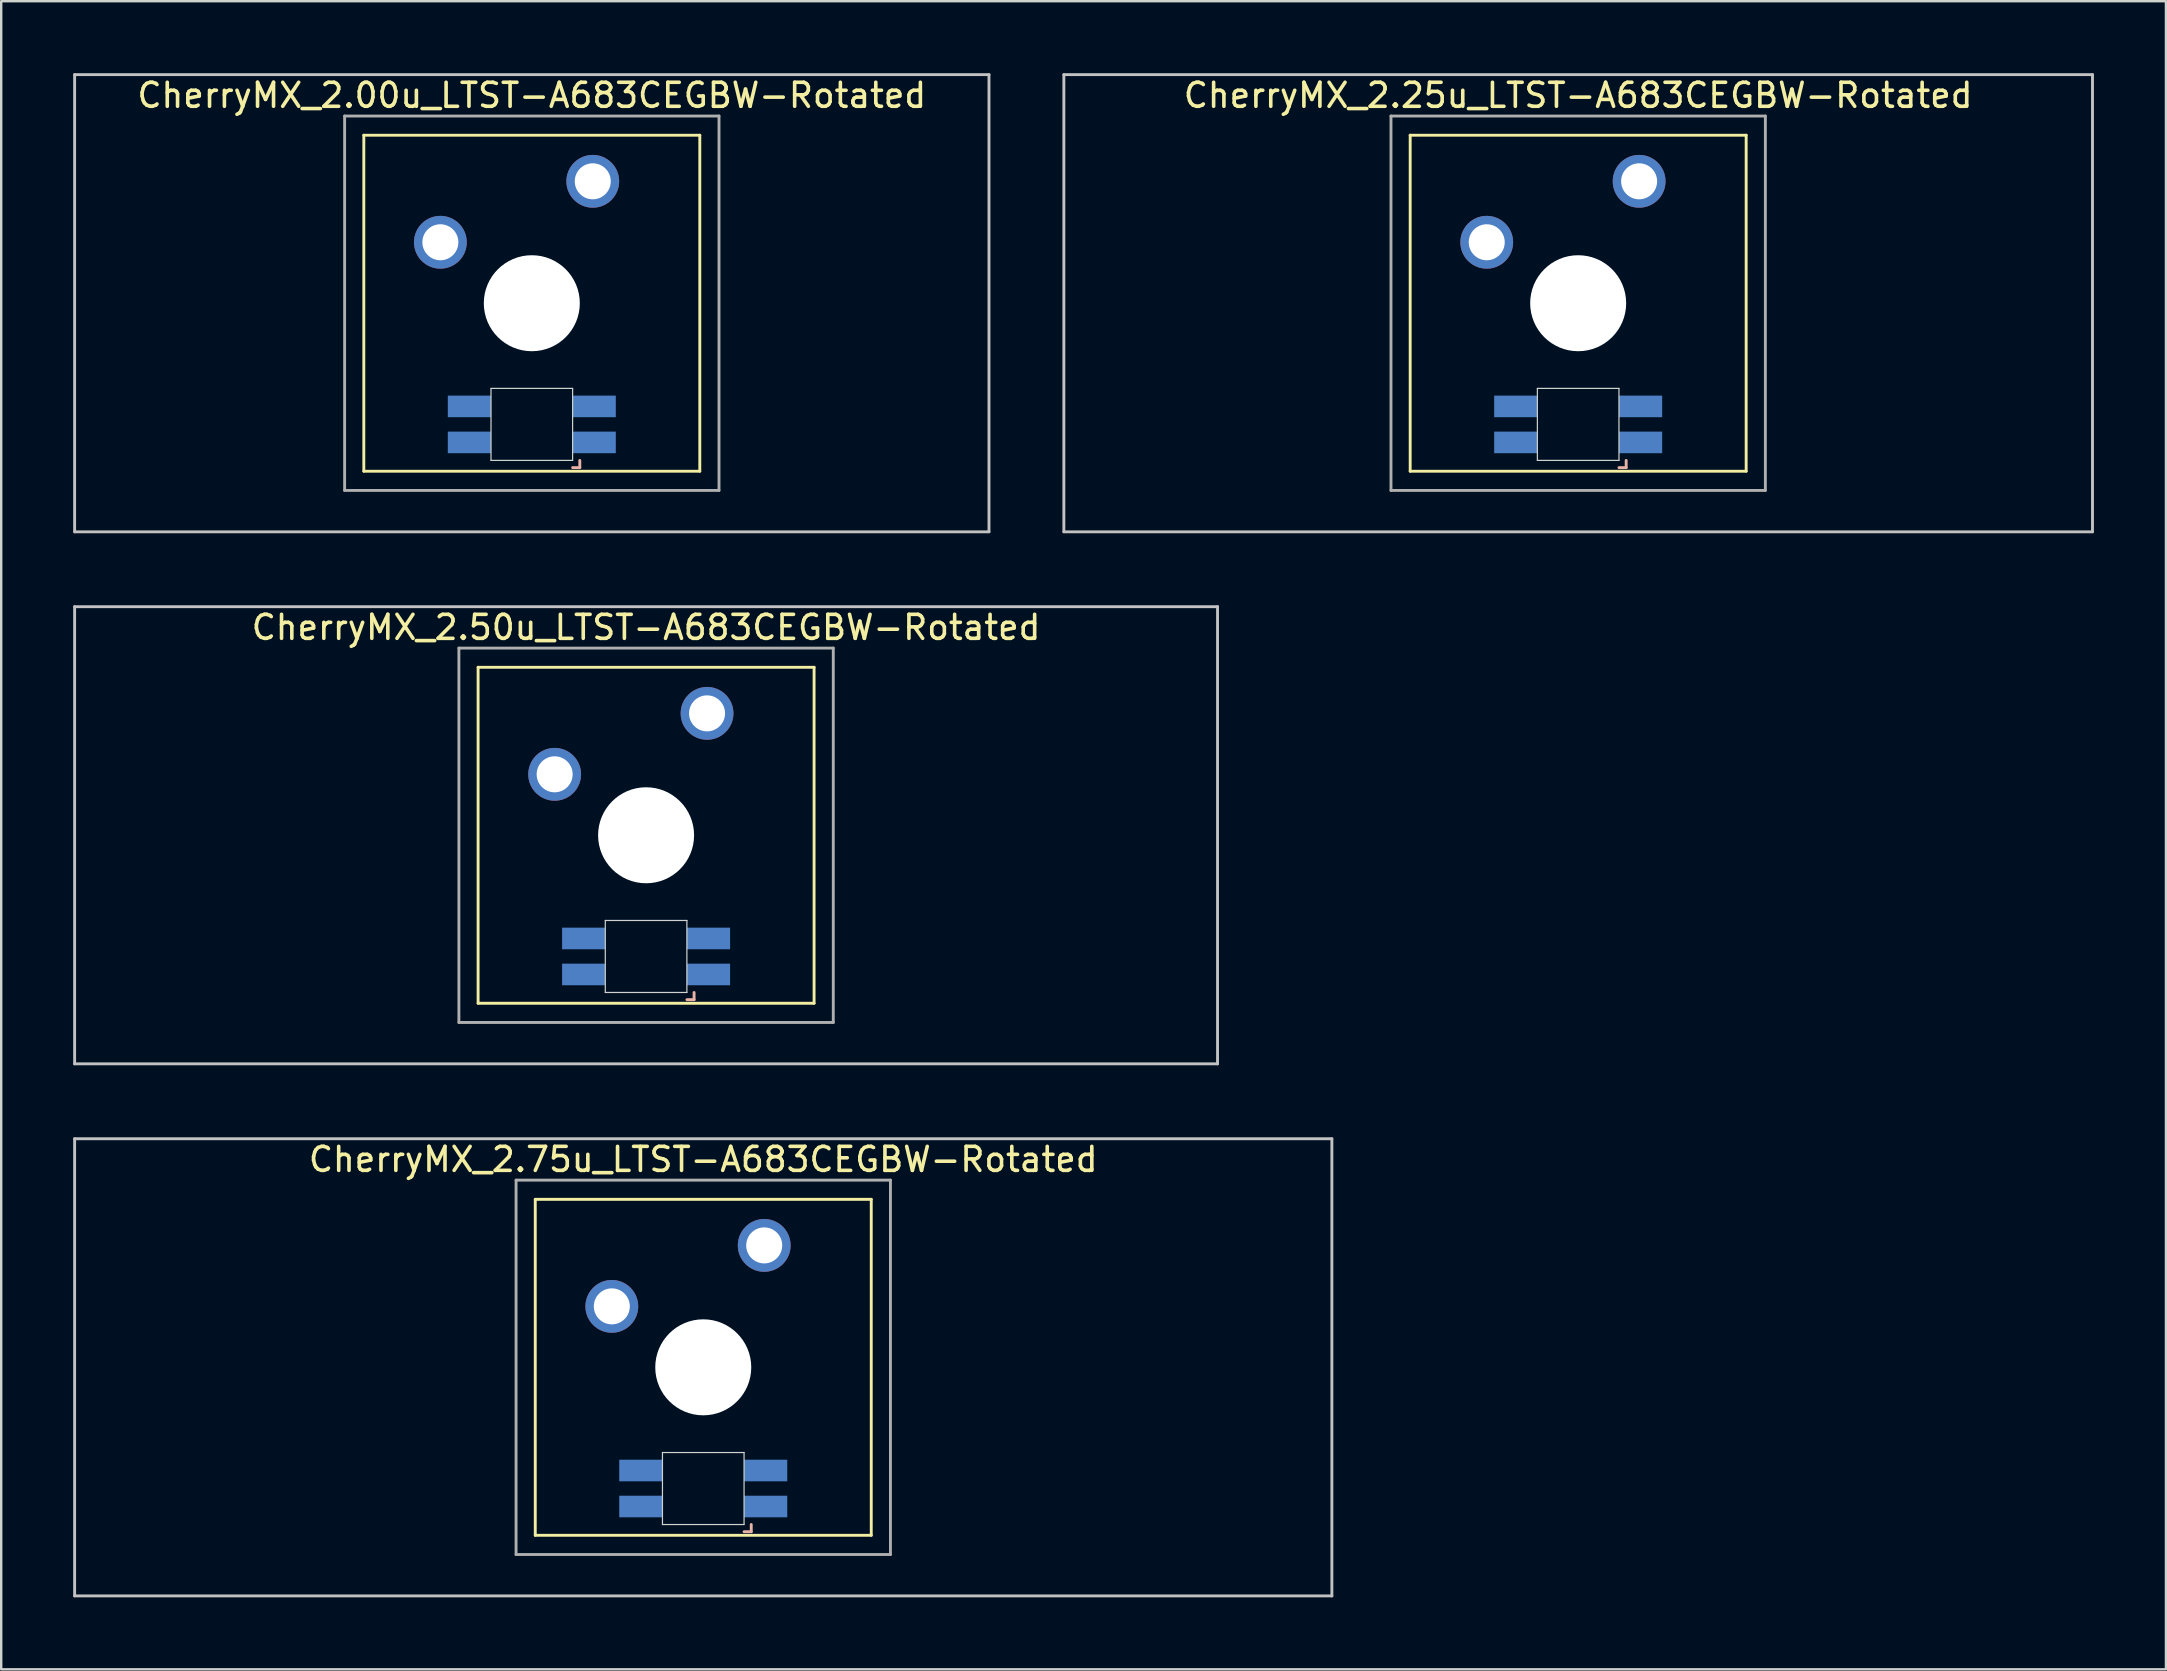
<source format=kicad_pcb>
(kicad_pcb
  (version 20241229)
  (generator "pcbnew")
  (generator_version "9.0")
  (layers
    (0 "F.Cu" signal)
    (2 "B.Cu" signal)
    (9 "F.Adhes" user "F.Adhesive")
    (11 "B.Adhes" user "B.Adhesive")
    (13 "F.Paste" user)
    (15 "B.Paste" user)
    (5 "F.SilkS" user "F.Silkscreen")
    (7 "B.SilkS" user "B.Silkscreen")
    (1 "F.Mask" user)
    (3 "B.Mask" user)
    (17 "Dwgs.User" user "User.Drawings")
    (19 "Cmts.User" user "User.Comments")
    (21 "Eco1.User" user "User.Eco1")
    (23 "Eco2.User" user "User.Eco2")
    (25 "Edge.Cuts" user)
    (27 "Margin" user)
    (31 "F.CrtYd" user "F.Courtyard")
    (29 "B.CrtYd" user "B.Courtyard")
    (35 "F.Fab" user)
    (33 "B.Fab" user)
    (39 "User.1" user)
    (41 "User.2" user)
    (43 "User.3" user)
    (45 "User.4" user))
  (footprint "CherryMX_2.25u_LTST-A683CEGBW-Rotated"
    (layer "F.Cu")
    (at 62.711 9.585)
    (property "Reference" "CherryMX_2.25u_LTST-A683CEGBW-Rotated" (at 0 -8.662 0) (layer "F.SilkS") (effects (font (size 1 1) (thickness 0.15))))
    (attr through_hole)
    (fp_line (start -7 -7) (end -7 7) (stroke (width 0.12) (type solid)) (layer "F.SilkS"))
    (fp_line (start -7 -7) (end 7 -7) (stroke (width 0.12) (type solid)) (layer "F.SilkS"))
    (fp_line (start 7 -7) (end 7 7) (stroke (width 0.12) (type solid)) (layer "F.SilkS"))
    (fp_line (start 7 7) (end -7 7) (stroke (width 0.12) (type solid)) (layer "F.SilkS"))
    (fp_line (start 1.7 6.85) (end 2 6.85) (stroke (width 0.12) (type solid)) (layer "B.SilkS"))
    (fp_line (start 2 6.85) (end 2 6.55) (stroke (width 0.12) (type solid)) (layer "B.SilkS"))
    (fp_line (start -21.431 -9.525) (end 21.431 -9.525) (stroke (width 0.12) (type solid)) (layer "Dwgs.User"))
    (fp_line (start -21.431 9.525) (end -21.431 -9.525) (stroke (width 0.12) (type solid)) (layer "Dwgs.User"))
    (fp_line (start 21.431 -9.525) (end 21.431 9.525) (stroke (width 0.12) (type solid)) (layer "Dwgs.User"))
    (fp_line (start 21.431 9.525) (end -21.431 9.525) (stroke (width 0.12) (type solid)) (layer "Dwgs.User"))
    (fp_line (start -1.7 3.55) (end 1.7 3.55) (stroke (width 0.05) (type solid)) (layer "Edge.Cuts"))
    (fp_line (start -1.7 6.55) (end -1.7 3.55) (stroke (width 0.05) (type solid)) (layer "Edge.Cuts"))
    (fp_line (start 1.7 3.55) (end 1.7 6.55) (stroke (width 0.05) (type solid)) (layer "Edge.Cuts"))
    (fp_line (start 1.7 6.55) (end -1.7 6.55) (stroke (width 0.05) (type solid)) (layer "Edge.Cuts"))
    (fp_line (start -7.8 -7.8) (end -7.8 7.8) (stroke (width 0.12) (type solid)) (layer "F.Fab"))
    (fp_line (start -7.8 -7.8) (end 7.8 -7.8) (stroke (width 0.12) (type solid)) (layer "F.Fab"))
    (fp_line (start -7.8 7.8) (end 7.8 7.8) (stroke (width 0.12) (type solid)) (layer "F.Fab"))
    (fp_line (start 7.8 -7.8) (end 7.8 7.8) (stroke (width 0.12) (type solid)) (layer "F.Fab"))
    (pad "" np_thru_hole circle (at 0 0) (size 4 4) (drill 4) (layers "*.Cu" "*.Mask"))
    (pad "1" thru_hole circle (at -3.81 -2.54) (size 2.2 2.2) (drill 1.5) (layers "*.Cu" "*.Mask"))
    (pad "2" thru_hole circle (at 2.54 -5.08) (size 2.2 2.2) (drill 1.5) (layers "*.Cu" "*.Mask"))
    (pad "3" smd rect (at 2.6 5.8) (size 1.8 0.9) (layers "B.Cu" "B.Mask" "B.Paste"))
    (pad "4" smd rect (at 2.6 4.3) (size 1.8 0.9) (layers "B.Cu" "B.Mask" "B.Paste"))
    (pad "5" smd rect (at -2.6 5.8) (size 1.8 0.9) (layers "B.Cu" "B.Mask" "B.Paste"))
    (pad "6" smd rect (at -2.6 4.3) (size 1.8 0.9) (layers "B.Cu" "B.Mask" "B.Paste")))
  (footprint "CherryMX_2.50u_LTST-A683CEGBW-Rotated"
    (layer "F.Cu")
    (at 23.872 31.755)
    (property "Reference" "CherryMX_2.50u_LTST-A683CEGBW-Rotated" (at 0 -8.662 0) (layer "F.SilkS") (effects (font (size 1 1) (thickness 0.15))))
    (attr through_hole)
    (fp_line (start -7 -7) (end -7 7) (stroke (width 0.12) (type solid)) (layer "F.SilkS"))
    (fp_line (start -7 -7) (end 7 -7) (stroke (width 0.12) (type solid)) (layer "F.SilkS"))
    (fp_line (start 7 -7) (end 7 7) (stroke (width 0.12) (type solid)) (layer "F.SilkS"))
    (fp_line (start 7 7) (end -7 7) (stroke (width 0.12) (type solid)) (layer "F.SilkS"))
    (fp_line (start 1.7 6.85) (end 2 6.85) (stroke (width 0.12) (type solid)) (layer "B.SilkS"))
    (fp_line (start 2 6.85) (end 2 6.55) (stroke (width 0.12) (type solid)) (layer "B.SilkS"))
    (fp_line (start -23.812 -9.525) (end 23.812 -9.525) (stroke (width 0.12) (type solid)) (layer "Dwgs.User"))
    (fp_line (start -23.812 9.525) (end -23.812 -9.525) (stroke (width 0.12) (type solid)) (layer "Dwgs.User"))
    (fp_line (start 23.812 -9.525) (end 23.812 9.525) (stroke (width 0.12) (type solid)) (layer "Dwgs.User"))
    (fp_line (start 23.812 9.525) (end -23.812 9.525) (stroke (width 0.12) (type solid)) (layer "Dwgs.User"))
    (fp_line (start -1.7 3.55) (end 1.7 3.55) (stroke (width 0.05) (type solid)) (layer "Edge.Cuts"))
    (fp_line (start -1.7 6.55) (end -1.7 3.55) (stroke (width 0.05) (type solid)) (layer "Edge.Cuts"))
    (fp_line (start 1.7 3.55) (end 1.7 6.55) (stroke (width 0.05) (type solid)) (layer "Edge.Cuts"))
    (fp_line (start 1.7 6.55) (end -1.7 6.55) (stroke (width 0.05) (type solid)) (layer "Edge.Cuts"))
    (fp_line (start -7.8 -7.8) (end -7.8 7.8) (stroke (width 0.12) (type solid)) (layer "F.Fab"))
    (fp_line (start -7.8 -7.8) (end 7.8 -7.8) (stroke (width 0.12) (type solid)) (layer "F.Fab"))
    (fp_line (start -7.8 7.8) (end 7.8 7.8) (stroke (width 0.12) (type solid)) (layer "F.Fab"))
    (fp_line (start 7.8 -7.8) (end 7.8 7.8) (stroke (width 0.12) (type solid)) (layer "F.Fab"))
    (pad "" np_thru_hole circle (at 0 0) (size 4 4) (drill 4) (layers "*.Cu" "*.Mask"))
    (pad "1" thru_hole circle (at -3.81 -2.54) (size 2.2 2.2) (drill 1.5) (layers "*.Cu" "*.Mask"))
    (pad "2" thru_hole circle (at 2.54 -5.08) (size 2.2 2.2) (drill 1.5) (layers "*.Cu" "*.Mask"))
    (pad "3" smd rect (at 2.6 5.8) (size 1.8 0.9) (layers "B.Cu" "B.Mask" "B.Paste"))
    (pad "4" smd rect (at 2.6 4.3) (size 1.8 0.9) (layers "B.Cu" "B.Mask" "B.Paste"))
    (pad "5" smd rect (at -2.6 5.8) (size 1.8 0.9) (layers "B.Cu" "B.Mask" "B.Paste"))
    (pad "6" smd rect (at -2.6 4.3) (size 1.8 0.9) (layers "B.Cu" "B.Mask" "B.Paste")))
  (footprint "CherryMX_2.00u_LTST-A683CEGBW-Rotated"
    (layer "F.Cu")
    (at 19.11 9.585)
    (property "Reference" "CherryMX_2.00u_LTST-A683CEGBW-Rotated" (at 0 -8.662 0) (layer "F.SilkS") (effects (font (size 1 1) (thickness 0.15))))
    (attr through_hole)
    (fp_line (start -7 -7) (end -7 7) (stroke (width 0.12) (type solid)) (layer "F.SilkS"))
    (fp_line (start -7 -7) (end 7 -7) (stroke (width 0.12) (type solid)) (layer "F.SilkS"))
    (fp_line (start 7 -7) (end 7 7) (stroke (width 0.12) (type solid)) (layer "F.SilkS"))
    (fp_line (start 7 7) (end -7 7) (stroke (width 0.12) (type solid)) (layer "F.SilkS"))
    (fp_line (start 1.7 6.85) (end 2 6.85) (stroke (width 0.12) (type solid)) (layer "B.SilkS"))
    (fp_line (start 2 6.85) (end 2 6.55) (stroke (width 0.12) (type solid)) (layer "B.SilkS"))
    (fp_line (start -19.05 -9.525) (end 19.05 -9.525) (stroke (width 0.12) (type solid)) (layer "Dwgs.User"))
    (fp_line (start -19.05 9.525) (end -19.05 -9.525) (stroke (width 0.12) (type solid)) (layer "Dwgs.User"))
    (fp_line (start 19.05 -9.525) (end 19.05 9.525) (stroke (width 0.12) (type solid)) (layer "Dwgs.User"))
    (fp_line (start 19.05 9.525) (end -19.05 9.525) (stroke (width 0.12) (type solid)) (layer "Dwgs.User"))
    (fp_line (start -1.7 3.55) (end 1.7 3.55) (stroke (width 0.05) (type solid)) (layer "Edge.Cuts"))
    (fp_line (start -1.7 6.55) (end -1.7 3.55) (stroke (width 0.05) (type solid)) (layer "Edge.Cuts"))
    (fp_line (start 1.7 3.55) (end 1.7 6.55) (stroke (width 0.05) (type solid)) (layer "Edge.Cuts"))
    (fp_line (start 1.7 6.55) (end -1.7 6.55) (stroke (width 0.05) (type solid)) (layer "Edge.Cuts"))
    (fp_line (start -7.8 -7.8) (end -7.8 7.8) (stroke (width 0.12) (type solid)) (layer "F.Fab"))
    (fp_line (start -7.8 -7.8) (end 7.8 -7.8) (stroke (width 0.12) (type solid)) (layer "F.Fab"))
    (fp_line (start -7.8 7.8) (end 7.8 7.8) (stroke (width 0.12) (type solid)) (layer "F.Fab"))
    (fp_line (start 7.8 -7.8) (end 7.8 7.8) (stroke (width 0.12) (type solid)) (layer "F.Fab"))
    (pad "" np_thru_hole circle (at 0 0) (size 4 4) (drill 4) (layers "*.Cu" "*.Mask"))
    (pad "1" thru_hole circle (at -3.81 -2.54) (size 2.2 2.2) (drill 1.5) (layers "*.Cu" "*.Mask"))
    (pad "2" thru_hole circle (at 2.54 -5.08) (size 2.2 2.2) (drill 1.5) (layers "*.Cu" "*.Mask"))
    (pad "3" smd rect (at 2.6 5.8) (size 1.8 0.9) (layers "B.Cu" "B.Mask" "B.Paste"))
    (pad "4" smd rect (at 2.6 4.3) (size 1.8 0.9) (layers "B.Cu" "B.Mask" "B.Paste"))
    (pad "5" smd rect (at -2.6 5.8) (size 1.8 0.9) (layers "B.Cu" "B.Mask" "B.Paste"))
    (pad "6" smd rect (at -2.6 4.3) (size 1.8 0.9) (layers "B.Cu" "B.Mask" "B.Paste")))
  (footprint "CherryMX_2.75u_LTST-A683CEGBW-Rotated"
    (layer "F.Cu")
    (at 26.254 53.925)
    (property "Reference" "CherryMX_2.75u_LTST-A683CEGBW-Rotated" (at 0 -8.662 0) (layer "F.SilkS") (effects (font (size 1 1) (thickness 0.15))))
    (attr through_hole)
    (fp_line (start -7 -7) (end -7 7) (stroke (width 0.12) (type solid)) (layer "F.SilkS"))
    (fp_line (start -7 -7) (end 7 -7) (stroke (width 0.12) (type solid)) (layer "F.SilkS"))
    (fp_line (start 7 -7) (end 7 7) (stroke (width 0.12) (type solid)) (layer "F.SilkS"))
    (fp_line (start 7 7) (end -7 7) (stroke (width 0.12) (type solid)) (layer "F.SilkS"))
    (fp_line (start 1.7 6.85) (end 2 6.85) (stroke (width 0.12) (type solid)) (layer "B.SilkS"))
    (fp_line (start 2 6.85) (end 2 6.55) (stroke (width 0.12) (type solid)) (layer "B.SilkS"))
    (fp_line (start -26.194 -9.525) (end 26.194 -9.525) (stroke (width 0.12) (type solid)) (layer "Dwgs.User"))
    (fp_line (start -26.194 9.525) (end -26.194 -9.525) (stroke (width 0.12) (type solid)) (layer "Dwgs.User"))
    (fp_line (start 26.194 -9.525) (end 26.194 9.525) (stroke (width 0.12) (type solid)) (layer "Dwgs.User"))
    (fp_line (start 26.194 9.525) (end -26.194 9.525) (stroke (width 0.12) (type solid)) (layer "Dwgs.User"))
    (fp_line (start -1.7 3.55) (end 1.7 3.55) (stroke (width 0.05) (type solid)) (layer "Edge.Cuts"))
    (fp_line (start -1.7 6.55) (end -1.7 3.55) (stroke (width 0.05) (type solid)) (layer "Edge.Cuts"))
    (fp_line (start 1.7 3.55) (end 1.7 6.55) (stroke (width 0.05) (type solid)) (layer "Edge.Cuts"))
    (fp_line (start 1.7 6.55) (end -1.7 6.55) (stroke (width 0.05) (type solid)) (layer "Edge.Cuts"))
    (fp_line (start -7.8 -7.8) (end -7.8 7.8) (stroke (width 0.12) (type solid)) (layer "F.Fab"))
    (fp_line (start -7.8 -7.8) (end 7.8 -7.8) (stroke (width 0.12) (type solid)) (layer "F.Fab"))
    (fp_line (start -7.8 7.8) (end 7.8 7.8) (stroke (width 0.12) (type solid)) (layer "F.Fab"))
    (fp_line (start 7.8 -7.8) (end 7.8 7.8) (stroke (width 0.12) (type solid)) (layer "F.Fab"))
    (pad "" np_thru_hole circle (at 0 0) (size 4 4) (drill 4) (layers "*.Cu" "*.Mask"))
    (pad "1" thru_hole circle (at -3.81 -2.54) (size 2.2 2.2) (drill 1.5) (layers "*.Cu" "*.Mask"))
    (pad "2" thru_hole circle (at 2.54 -5.08) (size 2.2 2.2) (drill 1.5) (layers "*.Cu" "*.Mask"))
    (pad "3" smd rect (at 2.6 5.8) (size 1.8 0.9) (layers "B.Cu" "B.Mask" "B.Paste"))
    (pad "4" smd rect (at 2.6 4.3) (size 1.8 0.9) (layers "B.Cu" "B.Mask" "B.Paste"))
    (pad "5" smd rect (at -2.6 5.8) (size 1.8 0.9) (layers "B.Cu" "B.Mask" "B.Paste"))
    (pad "6" smd rect (at -2.6 4.3) (size 1.8 0.9) (layers "B.Cu" "B.Mask" "B.Paste")))
  (gr_rect
    (start -3 -3)
    (end 87.203 66.51)
    (stroke (width 0.1) (type default))
    (fill no)
    (layer "Edge.Cuts")))
</source>
